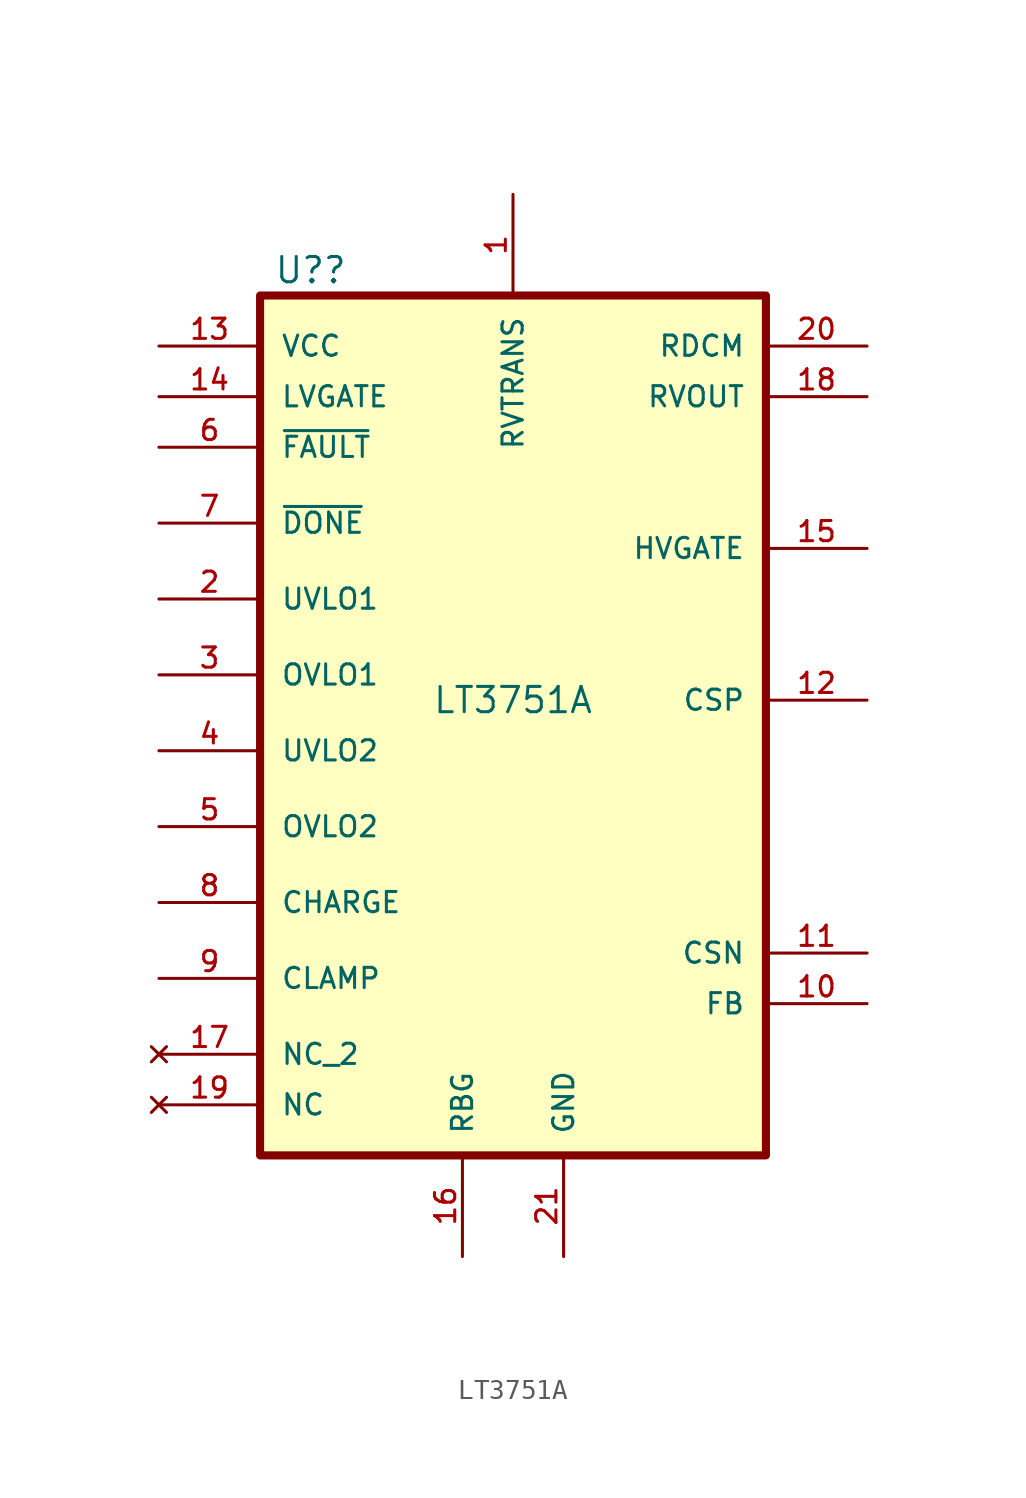
<source format=kicad_sym>
(kicad_symbol_lib
  (version 20211014)
  (generator kicad_symbol_editor)
  (symbol "LT3751A"
    (pin_names
      (offset 1.016))
    (property "Reference" "U?"
      (at -10.16 21.59 0)
      (effects (font (size 1.27 1.27))))
    (property "Value" "LT3751A"
      (at 0 0 0)
      (effects (font (size 1.27 1.27))))
    (property "ki_locked" ""
      (at 0 0 0)
      (effects (font (size 1.27 1.27))))
    (symbol "LT3751A_0_0"
      (rectangle (start -12.7 20.32) (end 12.7 -22.86) (stroke (width 0.406) (type default) (color 0 0 0 0)) (fill (type background)))
      (pin input line (at 0 25.4 270) (length 5.08) (name "RVTRANS" (effects (font (size 1.016 1.016)))) (number "1" (effects (font (size 1.016 1.016)))))
      (pin input line (at 17.78 -15.24 180) (length 5.08) (name "FB" (effects (font (size 1.016 1.016)))) (number "10" (effects (font (size 1.016 1.016)))))
      (pin input line (at 17.78 -12.7 180) (length 5.08) (name "CSN" (effects (font (size 1.016 1.016)))) (number "11" (effects (font (size 1.016 1.016)))))
      (pin input line (at 17.78 0 180) (length 5.08) (name "CSP" (effects (font (size 1.016 1.016)))) (number "12" (effects (font (size 1.016 1.016)))))
      (pin power_in line (at -17.78 17.78 0) (length 5.08) (name "VCC" (effects (font (size 1.016 1.016)))) (number "13" (effects (font (size 1.016 1.016)))))
      (pin passive line (at -17.78 15.24 0) (length 5.08) (name "LVGATE" (effects (font (size 1.016 1.016)))) (number "14" (effects (font (size 1.016 1.016)))))
      (pin passive line (at 17.78 7.62 180) (length 5.08) (name "HVGATE" (effects (font (size 1.016 1.016)))) (number "15" (effects (font (size 1.016 1.016)))))
      (pin passive line (at -2.54 -27.94 90) (length 5.08) (name "RBG" (effects (font (size 1.016 1.016)))) (number "16" (effects (font (size 1.016 1.016)))))
      (pin no_connect line (at -17.78 -17.78 0) (length 5.08) (name "NC_2" (effects (font (size 1.016 1.016)))) (number "17" (effects (font (size 1.016 1.016)))))
      (pin input line (at 17.78 15.24 180) (length 5.08) (name "RVOUT" (effects (font (size 1.016 1.016)))) (number "18" (effects (font (size 1.016 1.016)))))
      (pin no_connect line (at -17.78 -20.32 0) (length 5.08) (name "NC" (effects (font (size 1.016 1.016)))) (number "19" (effects (font (size 1.016 1.016)))))
      (pin input line (at -17.78 5.08 0) (length 5.08) (name "UVLO1" (effects (font (size 1.016 1.016)))) (number "2" (effects (font (size 1.016 1.016)))))
      (pin input line (at 17.78 17.78 180) (length 5.08) (name "RDCM" (effects (font (size 1.016 1.016)))) (number "20" (effects (font (size 1.016 1.016)))))
      (pin passive line (at 2.54 -27.94 90) (length 5.08) (name "GND" (effects (font (size 1.016 1.016)))) (number "21" (effects (font (size 1.016 1.016)))))
      (pin input line (at -17.78 1.27 0) (length 5.08) (name "OVLO1" (effects (font (size 1.016 1.016)))) (number "3" (effects (font (size 1.016 1.016)))))
      (pin input line (at -17.78 -2.54 0) (length 5.08) (name "UVLO2" (effects (font (size 1.016 1.016)))) (number "4" (effects (font (size 1.016 1.016)))))
      (pin input line (at -17.78 -6.35 0) (length 5.08) (name "OVLO2" (effects (font (size 1.016 1.016)))) (number "5" (effects (font (size 1.016 1.016)))))
      (pin passive line (at -17.78 12.7 0) (length 5.08) (name "~{FAULT}" (effects (font (size 1.016 1.016)))) (number "6" (effects (font (size 1.016 1.016)))))
      (pin passive line (at -17.78 8.89 0) (length 5.08) (name "~{DONE}" (effects (font (size 1.016 1.016)))) (number "7" (effects (font (size 1.016 1.016)))))
      (pin input line (at -17.78 -10.16 0) (length 5.08) (name "CHARGE" (effects (font (size 1.016 1.016)))) (number "8" (effects (font (size 1.016 1.016)))))
      (pin input line (at -17.78 -13.97 0) (length 5.08) (name "CLAMP" (effects (font (size 1.016 1.016)))) (number "9" (effects (font (size 1.016 1.016))))))))
</source>
